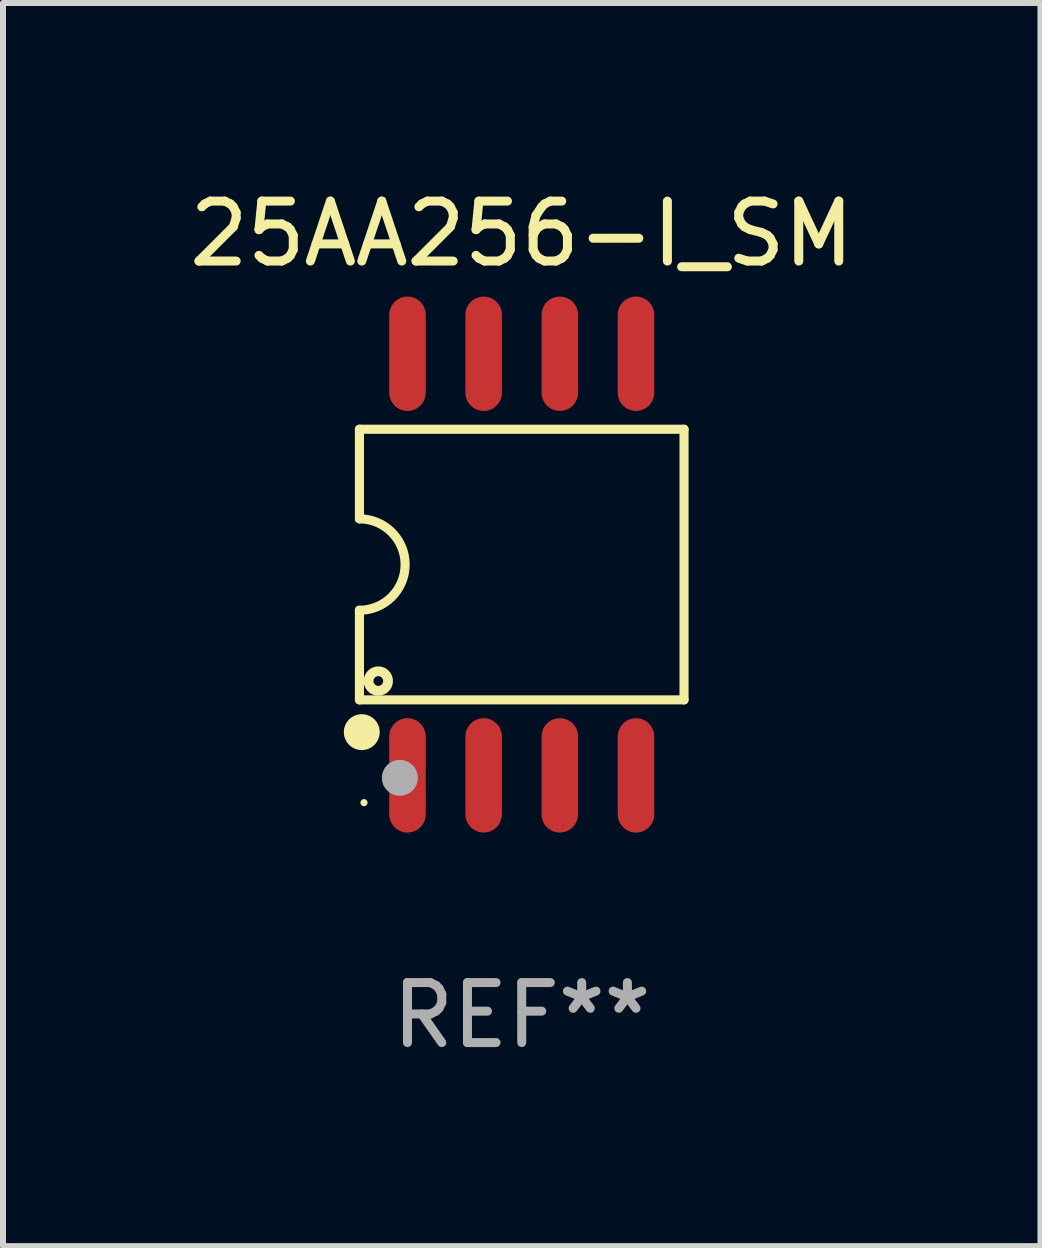
<source format=kicad_pcb>
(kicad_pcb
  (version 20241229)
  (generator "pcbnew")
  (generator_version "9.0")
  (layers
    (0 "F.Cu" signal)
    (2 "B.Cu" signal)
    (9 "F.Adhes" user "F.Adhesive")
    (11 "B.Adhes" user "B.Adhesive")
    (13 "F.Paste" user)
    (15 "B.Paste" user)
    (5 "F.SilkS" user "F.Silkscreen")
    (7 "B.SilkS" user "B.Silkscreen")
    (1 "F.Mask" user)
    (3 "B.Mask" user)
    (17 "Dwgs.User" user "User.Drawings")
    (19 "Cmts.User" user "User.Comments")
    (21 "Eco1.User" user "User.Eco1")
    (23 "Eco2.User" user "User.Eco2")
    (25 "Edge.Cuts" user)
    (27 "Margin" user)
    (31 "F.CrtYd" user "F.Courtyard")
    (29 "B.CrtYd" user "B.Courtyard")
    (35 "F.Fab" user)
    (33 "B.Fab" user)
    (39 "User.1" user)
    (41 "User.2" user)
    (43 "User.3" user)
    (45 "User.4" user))
  (footprint "25AA256-I_SM"
    (layer "F.Cu")
    (at 5.649 6.363)
    (property "Reference" "25AA256-I_SM" (at 0 -5.515 0) (layer "F.SilkS") (effects (font (size 1 1) (thickness 0.15))))
    (attr through_hole)
    (fp_line (start -2.706 -2.256) (end 2.706 -2.256) (stroke (width 0.152) (type solid)) (layer "F.SilkS"))
    (fp_line (start -2.706 -0.762) (end -2.706 -2.256) (stroke (width 0.152) (type solid)) (layer "F.SilkS"))
    (fp_line (start -2.706 0.762) (end -2.706 2.256) (stroke (width 0.152) (type solid)) (layer "F.SilkS"))
    (fp_line (start 2.706 -2.256) (end 2.706 2.256) (stroke (width 0.152) (type solid)) (layer "F.SilkS"))
    (fp_line (start 2.706 2.256) (end -2.706 2.256) (stroke (width 0.152) (type solid)) (layer "F.SilkS"))
    (fp_arc (start -2.706198 -0.762002) (mid -1.944196 0) (end -2.706198 0.762002) (stroke (width 0.151994) (type solid)) (layer "F.SilkS"))
    (fp_circle (center -2.667 2.794) (end -2.517 2.794) (stroke (width 0.3) (type solid)) (fill no) (layer "F.SilkS"))
    (fp_circle (center -2.63 3.97) (end -2.6 3.97) (stroke (width 0.06) (type solid)) (fill no) (layer "F.SilkS"))
    (fp_circle (center -2.391 1.942) (end -2.31 1.942) (stroke (width 0.163) (type solid)) (fill no) (layer "F.SilkS"))
    (fp_circle (center -2.032 3.556) (end -1.882 3.556) (stroke (width 0.3) (type solid)) (fill no) (layer "F.Fab"))
    (fp_text user "REF**" (at 0 7.515 0) (layer "F.Fab") (effects (font (size 1 1) (thickness 0.15))))
    (pad "1" smd oval (at -1.905 3.515) (size 0.609 1.907) (layers "F.Cu" "F.Mask" "F.Paste"))
    (pad "2" smd oval (at -0.635 3.515) (size 0.609 1.907) (layers "F.Cu" "F.Mask" "F.Paste"))
    (pad "3" smd oval (at 0.635 3.515) (size 0.609 1.907) (layers "F.Cu" "F.Mask" "F.Paste"))
    (pad "4" smd oval (at 1.905 3.515) (size 0.609 1.907) (layers "F.Cu" "F.Mask" "F.Paste"))
    (pad "5" smd oval (at 1.905 -3.515) (size 0.609 1.907) (layers "F.Cu" "F.Mask" "F.Paste"))
    (pad "6" smd oval (at 0.635 -3.515) (size 0.609 1.907) (layers "F.Cu" "F.Mask" "F.Paste"))
    (pad "7" smd oval (at -0.635 -3.515) (size 0.609 1.907) (layers "F.Cu" "F.Mask" "F.Paste"))
    (pad "8" smd oval (at -1.905 -3.515) (size 0.609 1.907) (layers "F.Cu" "F.Mask" "F.Paste")))
  (gr_rect
    (start -3 -3)
    (end 14.298 17.727)
    (stroke (width 0.1) (type default))
    (fill no)
    (layer "Edge.Cuts")))
</source>
